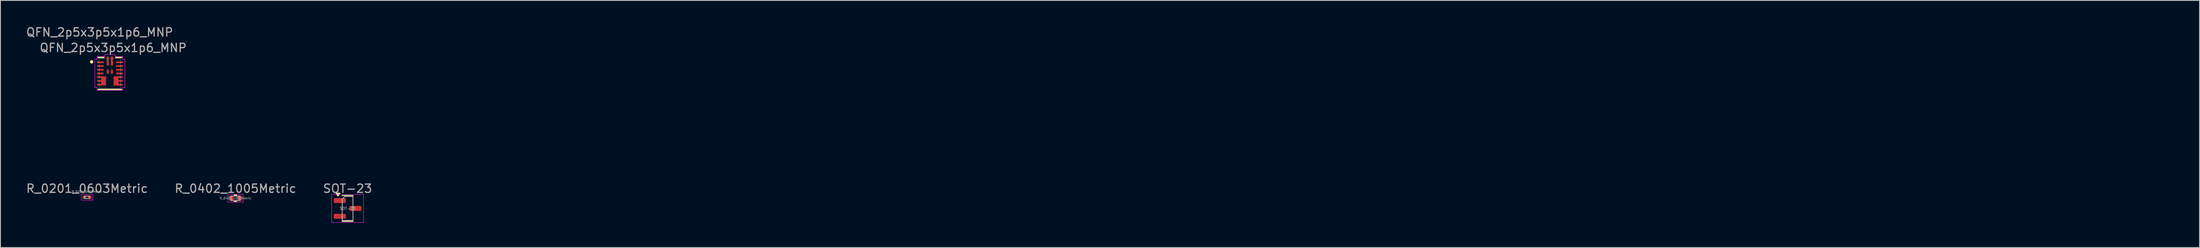
<source format=kicad_pcb>
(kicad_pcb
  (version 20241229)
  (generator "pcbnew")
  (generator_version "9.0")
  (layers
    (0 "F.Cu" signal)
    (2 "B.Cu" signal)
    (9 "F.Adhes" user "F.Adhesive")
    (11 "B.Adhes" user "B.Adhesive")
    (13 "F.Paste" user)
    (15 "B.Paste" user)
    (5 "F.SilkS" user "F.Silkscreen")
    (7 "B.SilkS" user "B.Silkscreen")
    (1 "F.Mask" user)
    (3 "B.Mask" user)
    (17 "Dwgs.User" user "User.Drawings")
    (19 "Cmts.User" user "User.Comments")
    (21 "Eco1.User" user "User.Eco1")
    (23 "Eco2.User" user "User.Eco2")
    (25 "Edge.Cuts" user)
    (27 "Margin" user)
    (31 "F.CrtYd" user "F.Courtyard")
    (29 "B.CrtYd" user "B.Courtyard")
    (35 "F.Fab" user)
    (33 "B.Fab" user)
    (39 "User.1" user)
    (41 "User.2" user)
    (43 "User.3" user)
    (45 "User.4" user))
  (footprint "R_0201_0603Metric"
    (layer "F.Cu")
    (at 7.458 20.778)
    (property "Reference" "R_0201_0603Metric" (at 0 -1.05 0) (layer "F.Fab") (effects (font (size 1 1) (thickness 0.15))))
    (attr smd)
    (fp_line (start -0.7 -0.35) (end 0.7 -0.35) (stroke (width 0.05) (type solid)) (layer "F.CrtYd"))
    (fp_line (start -0.7 0.35) (end -0.7 -0.35) (stroke (width 0.05) (type solid)) (layer "F.CrtYd"))
    (fp_line (start 0.7 -0.35) (end 0.7 0.35) (stroke (width 0.05) (type solid)) (layer "F.CrtYd"))
    (fp_line (start 0.7 0.35) (end -0.7 0.35) (stroke (width 0.05) (type solid)) (layer "F.CrtYd"))
    (fp_line (start -0.3 -0.15) (end 0.3 -0.15) (stroke (width 0.1) (type solid)) (layer "F.Fab"))
    (fp_line (start -0.3 0.15) (end -0.3 -0.15) (stroke (width 0.1) (type solid)) (layer "F.Fab"))
    (fp_line (start 0.3 -0.15) (end 0.3 0.15) (stroke (width 0.1) (type solid)) (layer "F.Fab"))
    (fp_line (start 0.3 0.15) (end -0.3 0.15) (stroke (width 0.1) (type solid)) (layer "F.Fab"))
    (fp_text user "${REFERENCE}" (at 0 -0.68 0) (layer "F.Fab") (effects (font (size 0.25 0.25) (thickness 0.04))))
    (pad "" smd roundrect (at -0.345 0 180) (size 0.318 0.36) (layers "F.Paste") (roundrect_rratio 0.25))
    (pad "" smd roundrect (at 0.345 0 180) (size 0.318 0.36) (layers "F.Paste") (roundrect_rratio 0.25))
    (pad "1" smd roundrect (at -0.32 0 180) (size 0.46 0.4) (layers "F.Cu" "F.Mask") (roundrect_rratio 0.25))
    (pad "2" smd roundrect (at 0.32 0 180) (size 0.46 0.4) (layers "F.Cu" "F.Mask") (roundrect_rratio 0.25)))
  (footprint "SOT-23"
    (layer "F.Cu")
    (at 38.911 22.128)
    (property "Reference" "SOT-23" (at 0 -2.4 0) (layer "F.Fab") (effects (font (size 1 1) (thickness 0.15))))
    (attr smd)
    (fp_line (start 0 -1.56) (end -0.65 -1.56) (stroke (width 0.12) (type solid)) (layer "F.SilkS"))
    (fp_line (start 0 -1.56) (end 0.65 -1.56) (stroke (width 0.12) (type solid)) (layer "F.SilkS"))
    (fp_line (start 0 1.56) (end -0.65 1.56) (stroke (width 0.12) (type solid)) (layer "F.SilkS"))
    (fp_line (start 0 1.56) (end 0.65 1.56) (stroke (width 0.12) (type solid)) (layer "F.SilkS"))
    (fp_poly (pts (xy -1.163 -1.51) (xy -1.403 -1.84) (xy -0.922 -1.84) (xy -1.163 -1.51)) (stroke (width 0.12) (type solid)) (fill yes) (layer "F.SilkS"))
    (fp_line (start -1.92 -1.7) (end -1.92 1.7) (stroke (width 0.05) (type solid)) (layer "F.CrtYd"))
    (fp_line (start -1.92 1.7) (end 1.92 1.7) (stroke (width 0.05) (type solid)) (layer "F.CrtYd"))
    (fp_line (start 1.92 -1.7) (end -1.92 -1.7) (stroke (width 0.05) (type solid)) (layer "F.CrtYd"))
    (fp_line (start 1.92 1.7) (end 1.92 -1.7) (stroke (width 0.05) (type solid)) (layer "F.CrtYd"))
    (fp_line (start -0.65 -1.125) (end -0.325 -1.45) (stroke (width 0.1) (type solid)) (layer "F.Fab"))
    (fp_line (start -0.65 1.45) (end -0.65 -1.125) (stroke (width 0.1) (type solid)) (layer "F.Fab"))
    (fp_line (start -0.325 -1.45) (end 0.65 -1.45) (stroke (width 0.1) (type solid)) (layer "F.Fab"))
    (fp_line (start 0.65 -1.45) (end 0.65 1.45) (stroke (width 0.1) (type solid)) (layer "F.Fab"))
    (fp_line (start 0.65 1.45) (end -0.65 1.45) (stroke (width 0.1) (type solid)) (layer "F.Fab"))
    (fp_text user "${REFERENCE}" (at 0 0 0) (layer "F.Fab") (effects (font (size 0.32 0.32) (thickness 0.05))))
    (pad "1" smd roundrect (at -0.938 -0.95 180) (size 1.475 0.6) (layers "F.Cu" "F.Mask" "F.Paste") (roundrect_rratio 0.25))
    (pad "2" smd roundrect (at -0.938 0.95 180) (size 1.475 0.6) (layers "F.Cu" "F.Mask" "F.Paste") (roundrect_rratio 0.25))
    (pad "3" smd roundrect (at 0.938 0 180) (size 1.475 0.6) (layers "F.Cu" "F.Mask" "F.Paste") (roundrect_rratio 0.25)))
  (footprint "QFN_2p5x3p5x1p6_MNP"
    (layer "F.Cu")
    (at 10.212 5.823)
    (property "Reference" "QFN_2p5x3p5x1p6_MNP" (at 0.4 -3.1 0) (unlocked yes) (layer "F.Fab") (effects (font (size 1 1) (thickness 0.15))))
    (attr smd)
    (fp_poly (pts (xy -1.048 0.348) (xy -0.45 0.348) (xy -0.45 1.452) (xy -1.048 1.452)) (stroke (width 0) (type solid)) (fill yes) (layer "F.Mask"))
    (fp_poly (pts (xy 0.45 0.348) (xy 1.048 0.348) (xy 1.048 1.452) (xy 0.45 1.452)) (stroke (width 0) (type solid)) (fill yes) (layer "F.Mask"))
    (fp_line (start -1.422 1.93) (end 1.422 1.93) (stroke (width 0.152) (type solid)) (layer "F.SilkS"))
    (fp_line (start -0.71 -1.93) (end -1.422 -1.93) (stroke (width 0.152) (type solid)) (layer "F.SilkS"))
    (fp_line (start 1.422 -1.93) (end 0.71 -1.93) (stroke (width 0.152) (type solid)) (layer "F.SilkS"))
    (fp_circle (center -2.2 -1.4) (end -2.1 -1.4) (stroke (width 0.2) (type solid)) (fill no) (layer "F.SilkS"))
    (fp_poly (pts (xy -1.048 0.348) (xy -0.45 0.348) (xy -0.45 1.452) (xy -1.048 1.452)) (stroke (width 0) (type solid)) (fill yes) (layer "F.Paste"))
    (fp_poly (pts (xy 0.45 0.348) (xy 1.048 0.348) (xy 1.048 1.452) (xy 0.45 1.452)) (stroke (width 0) (type solid)) (fill yes) (layer "F.Paste"))
    (fp_line (start -1.81 -1.706) (end -1.81 1.706) (stroke (width 0.05) (type solid)) (layer "F.CrtYd"))
    (fp_line (start -1.81 1.706) (end -1.549 1.706) (stroke (width 0.05) (type solid)) (layer "F.CrtYd"))
    (fp_line (start -1.549 -2.057) (end -1.549 -1.706) (stroke (width 0.05) (type solid)) (layer "F.CrtYd"))
    (fp_line (start -1.549 -1.706) (end -1.81 -1.706) (stroke (width 0.05) (type solid)) (layer "F.CrtYd"))
    (fp_line (start -1.549 1.706) (end -1.549 2.057) (stroke (width 0.05) (type solid)) (layer "F.CrtYd"))
    (fp_line (start -1.549 2.057) (end 1.549 2.057) (stroke (width 0.05) (type solid)) (layer "F.CrtYd"))
    (fp_line (start -0.631 -2.3) (end -0.631 -2.057) (stroke (width 0.05) (type solid)) (layer "F.CrtYd"))
    (fp_line (start -0.631 -2.057) (end -1.549 -2.057) (stroke (width 0.05) (type solid)) (layer "F.CrtYd"))
    (fp_line (start 0.631 -2.3) (end -0.631 -2.3) (stroke (width 0.05) (type solid)) (layer "F.CrtYd"))
    (fp_line (start 0.631 -2.057) (end 0.631 -2.3) (stroke (width 0.05) (type solid)) (layer "F.CrtYd"))
    (fp_line (start 1.549 -2.057) (end 0.631 -2.057) (stroke (width 0.05) (type solid)) (layer "F.CrtYd"))
    (fp_line (start 1.549 -1.706) (end 1.549 -2.057) (stroke (width 0.05) (type solid)) (layer "F.CrtYd"))
    (fp_line (start 1.549 1.706) (end 1.81 1.706) (stroke (width 0.05) (type solid)) (layer "F.CrtYd"))
    (fp_line (start 1.549 2.057) (end 1.549 1.706) (stroke (width 0.05) (type solid)) (layer "F.CrtYd"))
    (fp_line (start 1.81 -1.706) (end 1.549 -1.706) (stroke (width 0.05) (type solid)) (layer "F.CrtYd"))
    (fp_line (start 1.81 1.706) (end 1.81 -1.706) (stroke (width 0.05) (type solid)) (layer "F.CrtYd"))
    (fp_line (start -1.295 -1.803) (end -1.295 1.803) (stroke (width 0.025) (type solid)) (layer "F.Fab"))
    (fp_line (start -1.295 1.803) (end 1.295 1.803) (stroke (width 0.025) (type solid)) (layer "F.Fab"))
    (fp_line (start 1.295 -1.803) (end -1.295 -1.803) (stroke (width 0.025) (type solid)) (layer "F.Fab"))
    (fp_line (start 1.295 1.803) (end 1.295 -1.803) (stroke (width 0.025) (type solid)) (layer "F.Fab"))
    (fp_text user "${REFERENCE}" (at -1.23 -4.975 0) (unlocked yes) (layer "F.Fab") (effects (font (size 1 1) (thickness 0.15))))
    (pad "1" smd rect (at -1.15 -1.35) (size 0.813 0.203) (layers "F.Cu" "F.Mask" "F.Paste"))
    (pad "2" smd rect (at -1.15 -0.9) (size 0.813 0.203) (layers "F.Cu" "F.Mask" "F.Paste"))
    (pad "3" smd rect (at -1.15 -0.45) (size 0.813 0.203) (layers "F.Cu" "F.Mask" "F.Paste"))
    (pad "4" smd rect (at -1.15 0) (size 0.813 0.203) (layers "F.Cu" "F.Mask" "F.Paste"))
    (pad "5" smd custom (at -0.75 0.9) (size 0.598 1.103) (layers "F.Cu" "F.Mask" "F.Paste") (options (anchor rect)) (primitives (gr_poly (pts (xy -0.806 0.348) (xy -0.298 0.348) (xy -0.298 0.552) (xy -0.806 0.552)) (width 0) (fill yes)) (gr_poly (pts (xy -0.806 -0.552) (xy -0.298 -0.552) (xy -0.298 -0.348) (xy -0.806 -0.348)) (width 0) (fill yes)) (gr_poly (pts (xy -0.806 -0.102) (xy -0.298 -0.102) (xy -0.298 0.102) (xy -0.806 0.102)) (width 0) (fill yes))))
    (pad "10" smd custom (at 0.75 0.9) (size 0.598 1.103) (layers "F.Cu" "F.Mask" "F.Paste") (options (anchor rect)) (primitives (gr_poly (pts (xy 0.298 -0.552) (xy 0.806 -0.552) (xy 0.806 -0.348) (xy 0.298 -0.348)) (width 0) (fill yes)) (gr_poly (pts (xy 0.298 -0.102) (xy 0.806 -0.102) (xy 0.806 0.102) (xy 0.298 0.102)) (width 0) (fill yes)) (gr_poly (pts (xy 0.298 0.348) (xy 0.806 0.348) (xy 0.806 0.552) (xy 0.298 0.552)) (width 0) (fill yes))))
    (pad "11" smd rect (at 1.15 0) (size 0.813 0.203) (layers "F.Cu" "F.Mask" "F.Paste"))
    (pad "12" smd rect (at 1.15 -0.45) (size 0.813 0.203) (layers "F.Cu" "F.Mask" "F.Paste"))
    (pad "13" smd rect (at 1.15 -0.9) (size 0.813 0.203) (layers "F.Cu" "F.Mask" "F.Paste"))
    (pad "14" smd rect (at 1.15 -1.35) (size 0.813 0.203) (layers "F.Cu" "F.Mask" "F.Paste"))
    (pad "15" smd rect (at 0.25 -1.5 90) (size 1.092 0.254) (layers "F.Cu" "F.Mask" "F.Paste"))
    (pad "16" smd rect (at -0.25 -1.5 90) (size 1.092 0.254) (layers "F.Cu" "F.Mask" "F.Paste"))
    (pad "17" smd rect (at -0.25 -0.225 90) (size 0.508 0.254) (layers "F.Cu" "F.Mask" "F.Paste"))
    (pad "18" smd rect (at 0.25 -0.225 90) (size 0.508 0.254) (layers "F.Cu" "F.Mask" "F.Paste"))
    (zone (net_name "") (layer "F.Cu") (hatch full 0.508) (connect_pads) (min_thickness 0.254) (filled_areas_thickness no) (keepout (tracks not_allowed) (vias not_allowed) (pads allowed) (copperpour not_allowed) (footprints allowed)) (placement (enabled no)) (fill) (polygon (pts (xy 259.483 15.067) (xy 258.391 15.067) (xy 258.391 15.88) (xy 259.483 15.88)))))
  (footprint "R_0402_1005Metric"
    (layer "F.Cu")
    (at 25.375 20.898)
    (property "Reference" "R_0402_1005Metric" (at 0 -1.17 0) (layer "F.Fab") (effects (font (size 1 1) (thickness 0.15))))
    (attr smd)
    (fp_line (start -0.154 -0.38) (end 0.154 -0.38) (stroke (width 0.12) (type solid)) (layer "F.SilkS"))
    (fp_line (start -0.154 0.38) (end 0.154 0.38) (stroke (width 0.12) (type solid)) (layer "F.SilkS"))
    (fp_line (start -0.93 -0.47) (end 0.93 -0.47) (stroke (width 0.05) (type solid)) (layer "F.CrtYd"))
    (fp_line (start -0.93 0.47) (end -0.93 -0.47) (stroke (width 0.05) (type solid)) (layer "F.CrtYd"))
    (fp_line (start 0.93 -0.47) (end 0.93 0.47) (stroke (width 0.05) (type solid)) (layer "F.CrtYd"))
    (fp_line (start 0.93 0.47) (end -0.93 0.47) (stroke (width 0.05) (type solid)) (layer "F.CrtYd"))
    (fp_line (start -0.525 -0.27) (end 0.525 -0.27) (stroke (width 0.1) (type solid)) (layer "F.Fab"))
    (fp_line (start -0.525 0.27) (end -0.525 -0.27) (stroke (width 0.1) (type solid)) (layer "F.Fab"))
    (fp_line (start 0.525 -0.27) (end 0.525 0.27) (stroke (width 0.1) (type solid)) (layer "F.Fab"))
    (fp_line (start 0.525 0.27) (end -0.525 0.27) (stroke (width 0.1) (type solid)) (layer "F.Fab"))
    (fp_text user "${REFERENCE}" (at 0 0 0) (layer "F.Fab") (effects (font (size 0.26 0.26) (thickness 0.04))))
    (pad "1" smd roundrect (at -0.51 0 180) (size 0.54 0.64) (layers "F.Cu" "F.Mask" "F.Paste") (roundrect_rratio 0.25))
    (pad "2" smd roundrect (at 0.51 0 180) (size 0.54 0.64) (layers "F.Cu" "F.Mask" "F.Paste") (roundrect_rratio 0.25)))
  (gr_rect
    (start -3 -3)
    (end 262.483 26.853)
    (stroke (width 0.1) (type default))
    (fill no)
    (layer "Edge.Cuts")))
</source>
